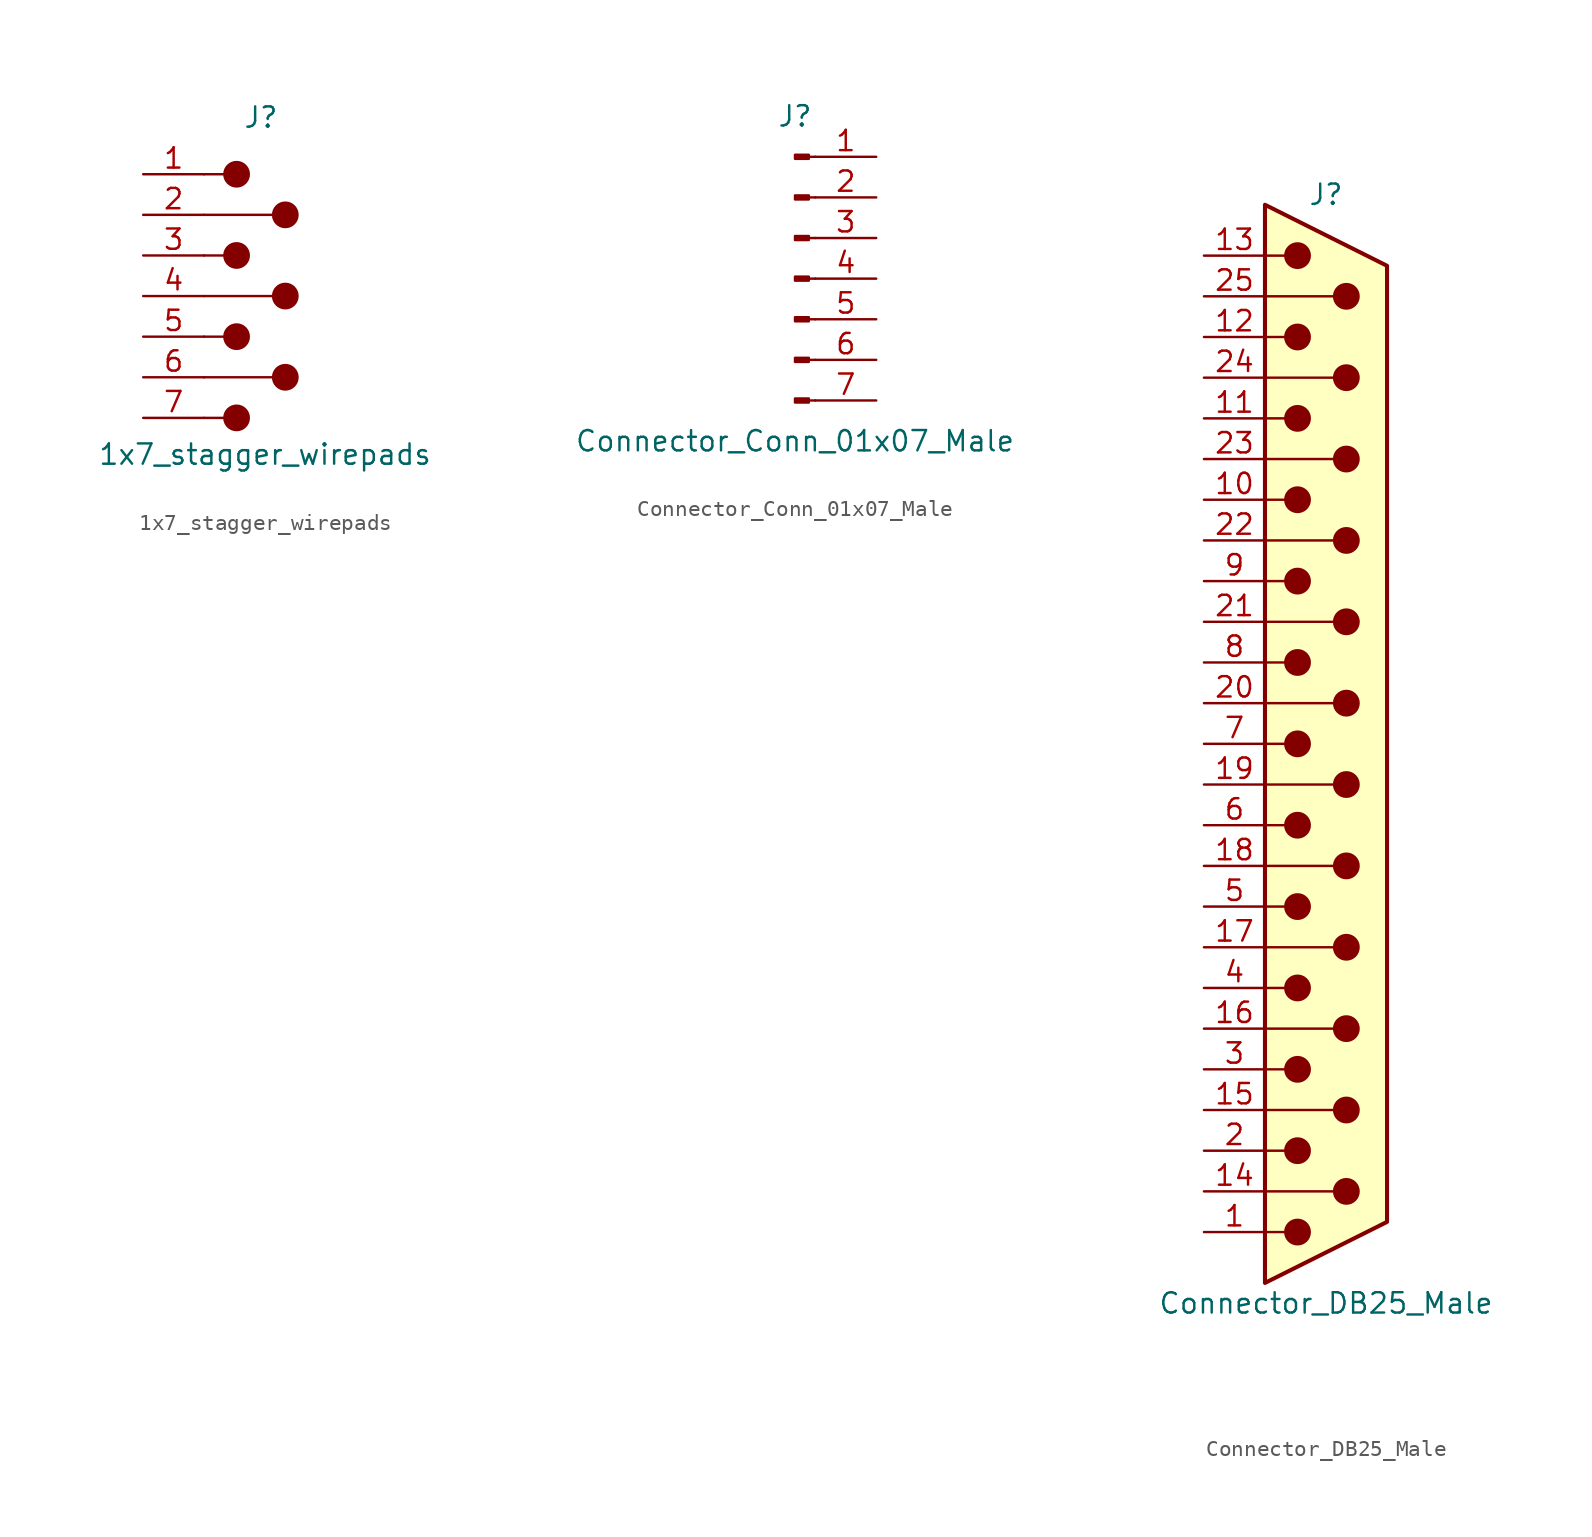
<source format=kicad_sym>
(kicad_symbol_lib
  (version 20231120)
  (generator "kicad_symbol_editor")
  (generator_version "8.0")
  (symbol "1x7_stagger_wirepads"
    (pin_names
      (offset 1.016) hide)
    (property "Reference" "J"
      (at -0.254 8.636 0)
      (effects (font (size 1.27 1.27))))
    (property "Value" "1x7_stagger_wirepads"
      (at 0 -12.446 0)
      (effects (font (size 1.27 1.27))))
    (symbol "1x7_stagger_wirepads_0_1"
      (circle (center -1.778 -10.16) (radius 0.762) (stroke (width 0) (type solid)) (fill (type outline)))
      (circle (center -1.778 -5.08) (radius 0.762) (stroke (width 0) (type solid)) (fill (type outline)))
      (circle (center -1.778 0) (radius 0.762) (stroke (width 0) (type solid)) (fill (type outline)))
      (circle (center -1.778 5.08) (radius 0.762) (stroke (width 0) (type solid)) (fill (type outline)))
      (polyline (pts (xy -3.81 -10.16) (xy -2.54 -10.16)) (stroke (width 0) (type solid)) (fill (type none)))
      (polyline (pts (xy -3.81 -7.62) (xy 0.508 -7.62)) (stroke (width 0) (type solid)) (fill (type none)))
      (polyline (pts (xy -3.81 -5.08) (xy -2.54 -5.08)) (stroke (width 0) (type solid)) (fill (type none)))
      (polyline (pts (xy -3.81 -2.54) (xy 0.508 -2.54)) (stroke (width 0) (type solid)) (fill (type none)))
      (polyline (pts (xy -3.81 0) (xy -2.54 0)) (stroke (width 0) (type solid)) (fill (type none)))
      (polyline (pts (xy -3.81 2.54) (xy 0.508 2.54)) (stroke (width 0) (type solid)) (fill (type none)))
      (polyline (pts (xy -3.81 5.08) (xy -2.54 5.08)) (stroke (width 0) (type solid)) (fill (type none)))
      (circle (center 1.27 -7.62) (radius 0.762) (stroke (width 0) (type solid)) (fill (type outline)))
      (circle (center 1.27 -2.54) (radius 0.762) (stroke (width 0) (type solid)) (fill (type outline)))
      (circle (center 1.27 2.54) (radius 0.762) (stroke (width 0) (type solid)) (fill (type outline))))
    (symbol "1x7_stagger_wirepads_1_1"
      (pin passive line (at -7.62 5.08 0) (length 3.81) (name "1" (effects (font (size 1.27 1.27)))) (number "1" (effects (font (size 1.27 1.27)))))
      (pin passive line (at -7.62 2.54 0) (length 3.81) (name "2" (effects (font (size 1.27 1.27)))) (number "2" (effects (font (size 1.27 1.27)))))
      (pin passive line (at -7.62 0 0) (length 3.81) (name "3" (effects (font (size 1.27 1.27)))) (number "3" (effects (font (size 1.27 1.27)))))
      (pin passive line (at -7.62 -2.54 0) (length 3.81) (name "4" (effects (font (size 1.27 1.27)))) (number "4" (effects (font (size 1.27 1.27)))))
      (pin passive line (at -7.62 -5.08 0) (length 3.81) (name "5" (effects (font (size 1.27 1.27)))) (number "5" (effects (font (size 1.27 1.27)))))
      (pin passive line (at -7.62 -7.62 0) (length 3.81) (name "6" (effects (font (size 1.27 1.27)))) (number "6" (effects (font (size 1.27 1.27)))))
      (pin passive line (at -7.62 -10.16 0) (length 3.81) (name "7" (effects (font (size 1.27 1.27)))) (number "7" (effects (font (size 1.27 1.27)))))))
  (symbol "Connector_Conn_01x07_Male"
    (pin_names
      (offset 1.016) hide)
    (property "Reference" "J"
      (at 0 10.16 0)
      (effects (font (size 1.27 1.27))))
    (property "Value" "Connector_Conn_01x07_Male"
      (at 0 -10.16 0)
      (effects (font (size 1.27 1.27))))
    (symbol "Connector_Conn_01x07_Male_1_1"
      (polyline (pts (xy 1.27 -7.62) (xy 0.864 -7.62)) (stroke (width 0.152) (type solid)) (fill (type none)))
      (polyline (pts (xy 1.27 -5.08) (xy 0.864 -5.08)) (stroke (width 0.152) (type solid)) (fill (type none)))
      (polyline (pts (xy 1.27 -2.54) (xy 0.864 -2.54)) (stroke (width 0.152) (type solid)) (fill (type none)))
      (polyline (pts (xy 1.27 0) (xy 0.864 0)) (stroke (width 0.152) (type solid)) (fill (type none)))
      (polyline (pts (xy 1.27 2.54) (xy 0.864 2.54)) (stroke (width 0.152) (type solid)) (fill (type none)))
      (polyline (pts (xy 1.27 5.08) (xy 0.864 5.08)) (stroke (width 0.152) (type solid)) (fill (type none)))
      (polyline (pts (xy 1.27 7.62) (xy 0.864 7.62)) (stroke (width 0.152) (type solid)) (fill (type none)))
      (rectangle (start 0.864 -7.493) (end 0 -7.747) (stroke (width 0.152) (type solid)) (fill (type outline)))
      (rectangle (start 0.864 -4.953) (end 0 -5.207) (stroke (width 0.152) (type solid)) (fill (type outline)))
      (rectangle (start 0.864 -2.413) (end 0 -2.667) (stroke (width 0.152) (type solid)) (fill (type outline)))
      (rectangle (start 0.864 0.127) (end 0 -0.127) (stroke (width 0.152) (type solid)) (fill (type outline)))
      (rectangle (start 0.864 2.667) (end 0 2.413) (stroke (width 0.152) (type solid)) (fill (type outline)))
      (rectangle (start 0.864 5.207) (end 0 4.953) (stroke (width 0.152) (type solid)) (fill (type outline)))
      (rectangle (start 0.864 7.747) (end 0 7.493) (stroke (width 0.152) (type solid)) (fill (type outline)))
      (pin passive line (at 5.08 7.62 180) (length 3.81) (name "Pin_1" (effects (font (size 1.27 1.27)))) (number "1" (effects (font (size 1.27 1.27)))))
      (pin passive line (at 5.08 5.08 180) (length 3.81) (name "Pin_2" (effects (font (size 1.27 1.27)))) (number "2" (effects (font (size 1.27 1.27)))))
      (pin passive line (at 5.08 2.54 180) (length 3.81) (name "Pin_3" (effects (font (size 1.27 1.27)))) (number "3" (effects (font (size 1.27 1.27)))))
      (pin passive line (at 5.08 0 180) (length 3.81) (name "Pin_4" (effects (font (size 1.27 1.27)))) (number "4" (effects (font (size 1.27 1.27)))))
      (pin passive line (at 5.08 -2.54 180) (length 3.81) (name "Pin_5" (effects (font (size 1.27 1.27)))) (number "5" (effects (font (size 1.27 1.27)))))
      (pin passive line (at 5.08 -5.08 180) (length 3.81) (name "Pin_6" (effects (font (size 1.27 1.27)))) (number "6" (effects (font (size 1.27 1.27)))))
      (pin passive line (at 5.08 -7.62 180) (length 3.81) (name "Pin_7" (effects (font (size 1.27 1.27)))) (number "7" (effects (font (size 1.27 1.27)))))))
  (symbol "Connector_DB25_Male"
    (pin_names
      (offset 1.016) hide)
    (property "Reference" "J"
      (at 0 34.29 0)
      (effects (font (size 1.27 1.27))))
    (property "Value" "Connector_DB25_Male"
      (at 0 -34.925 0)
      (effects (font (size 1.27 1.27))))
    (symbol "Connector_DB25_Male_0_1"
      (circle (center -1.778 -30.48) (radius 0.762) (stroke (width 0) (type solid)) (fill (type outline)))
      (circle (center -1.778 -25.4) (radius 0.762) (stroke (width 0) (type solid)) (fill (type outline)))
      (circle (center -1.778 -20.32) (radius 0.762) (stroke (width 0) (type solid)) (fill (type outline)))
      (circle (center -1.778 -15.24) (radius 0.762) (stroke (width 0) (type solid)) (fill (type outline)))
      (circle (center -1.778 -10.16) (radius 0.762) (stroke (width 0) (type solid)) (fill (type outline)))
      (circle (center -1.778 -5.08) (radius 0.762) (stroke (width 0) (type solid)) (fill (type outline)))
      (circle (center -1.778 0) (radius 0.762) (stroke (width 0) (type solid)) (fill (type outline)))
      (circle (center -1.778 5.08) (radius 0.762) (stroke (width 0) (type solid)) (fill (type outline)))
      (circle (center -1.778 10.16) (radius 0.762) (stroke (width 0) (type solid)) (fill (type outline)))
      (circle (center -1.778 15.24) (radius 0.762) (stroke (width 0) (type solid)) (fill (type outline)))
      (circle (center -1.778 20.32) (radius 0.762) (stroke (width 0) (type solid)) (fill (type outline)))
      (circle (center -1.778 25.4) (radius 0.762) (stroke (width 0) (type solid)) (fill (type outline)))
      (circle (center -1.778 30.48) (radius 0.762) (stroke (width 0) (type solid)) (fill (type outline)))
      (polyline (pts (xy -3.81 -30.48) (xy -2.54 -30.48)) (stroke (width 0) (type solid)) (fill (type none)))
      (polyline (pts (xy -3.81 -27.94) (xy 0.508 -27.94)) (stroke (width 0) (type solid)) (fill (type none)))
      (polyline (pts (xy -3.81 -25.4) (xy -2.54 -25.4)) (stroke (width 0) (type solid)) (fill (type none)))
      (polyline (pts (xy -3.81 -22.86) (xy 0.508 -22.86)) (stroke (width 0) (type solid)) (fill (type none)))
      (polyline (pts (xy -3.81 -20.32) (xy -2.54 -20.32)) (stroke (width 0) (type solid)) (fill (type none)))
      (polyline (pts (xy -3.81 -17.78) (xy 0.508 -17.78)) (stroke (width 0) (type solid)) (fill (type none)))
      (polyline (pts (xy -3.81 -15.24) (xy -2.54 -15.24)) (stroke (width 0) (type solid)) (fill (type none)))
      (polyline (pts (xy -3.81 -12.7) (xy 0.508 -12.7)) (stroke (width 0) (type solid)) (fill (type none)))
      (polyline (pts (xy -3.81 -10.16) (xy -2.54 -10.16)) (stroke (width 0) (type solid)) (fill (type none)))
      (polyline (pts (xy -3.81 -7.62) (xy 0.508 -7.62)) (stroke (width 0) (type solid)) (fill (type none)))
      (polyline (pts (xy -3.81 -5.08) (xy -2.54 -5.08)) (stroke (width 0) (type solid)) (fill (type none)))
      (polyline (pts (xy -3.81 -2.54) (xy 0.508 -2.54)) (stroke (width 0) (type solid)) (fill (type none)))
      (polyline (pts (xy -3.81 0) (xy -2.54 0)) (stroke (width 0) (type solid)) (fill (type none)))
      (polyline (pts (xy -3.81 2.54) (xy 0.508 2.54)) (stroke (width 0) (type solid)) (fill (type none)))
      (polyline (pts (xy -3.81 5.08) (xy -2.54 5.08)) (stroke (width 0) (type solid)) (fill (type none)))
      (polyline (pts (xy -3.81 7.62) (xy 0.508 7.62)) (stroke (width 0) (type solid)) (fill (type none)))
      (polyline (pts (xy -3.81 10.16) (xy -2.54 10.16)) (stroke (width 0) (type solid)) (fill (type none)))
      (polyline (pts (xy -3.81 12.7) (xy 0.508 12.7)) (stroke (width 0) (type solid)) (fill (type none)))
      (polyline (pts (xy -3.81 15.24) (xy -2.54 15.24)) (stroke (width 0) (type solid)) (fill (type none)))
      (polyline (pts (xy -3.81 17.78) (xy 0.508 17.78)) (stroke (width 0) (type solid)) (fill (type none)))
      (polyline (pts (xy -3.81 20.32) (xy -2.54 20.32)) (stroke (width 0) (type solid)) (fill (type none)))
      (polyline (pts (xy -3.81 22.86) (xy 0.508 22.86)) (stroke (width 0) (type solid)) (fill (type none)))
      (polyline (pts (xy -3.81 25.4) (xy -2.54 25.4)) (stroke (width 0) (type solid)) (fill (type none)))
      (polyline (pts (xy -3.81 27.94) (xy 0.508 27.94)) (stroke (width 0) (type solid)) (fill (type none)))
      (polyline (pts (xy -3.81 30.48) (xy -2.54 30.48)) (stroke (width 0) (type solid)) (fill (type none)))
      (polyline (pts (xy -3.81 -33.655) (xy 3.81 -29.845) (xy 3.81 29.845) (xy -3.81 33.655) (xy -3.81 -33.655)) (stroke (width 0.254) (type solid)) (fill (type background)))
      (circle (center 1.27 -27.94) (radius 0.762) (stroke (width 0) (type solid)) (fill (type outline)))
      (circle (center 1.27 -22.86) (radius 0.762) (stroke (width 0) (type solid)) (fill (type outline)))
      (circle (center 1.27 -17.78) (radius 0.762) (stroke (width 0) (type solid)) (fill (type outline)))
      (circle (center 1.27 -12.7) (radius 0.762) (stroke (width 0) (type solid)) (fill (type outline)))
      (circle (center 1.27 -7.62) (radius 0.762) (stroke (width 0) (type solid)) (fill (type outline)))
      (circle (center 1.27 -2.54) (radius 0.762) (stroke (width 0) (type solid)) (fill (type outline)))
      (circle (center 1.27 2.54) (radius 0.762) (stroke (width 0) (type solid)) (fill (type outline)))
      (circle (center 1.27 7.62) (radius 0.762) (stroke (width 0) (type solid)) (fill (type outline)))
      (circle (center 1.27 12.7) (radius 0.762) (stroke (width 0) (type solid)) (fill (type outline)))
      (circle (center 1.27 17.78) (radius 0.762) (stroke (width 0) (type solid)) (fill (type outline)))
      (circle (center 1.27 22.86) (radius 0.762) (stroke (width 0) (type solid)) (fill (type outline)))
      (circle (center 1.27 27.94) (radius 0.762) (stroke (width 0) (type solid)) (fill (type outline))))
    (symbol "Connector_DB25_Male_1_1"
      (pin passive line (at -7.62 -30.48 0) (length 3.81) (name "1" (effects (font (size 1.27 1.27)))) (number "1" (effects (font (size 1.27 1.27)))))
      (pin passive line (at -7.62 15.24 0) (length 3.81) (name "10" (effects (font (size 1.27 1.27)))) (number "10" (effects (font (size 1.27 1.27)))))
      (pin passive line (at -7.62 20.32 0) (length 3.81) (name "11" (effects (font (size 1.27 1.27)))) (number "11" (effects (font (size 1.27 1.27)))))
      (pin passive line (at -7.62 25.4 0) (length 3.81) (name "12" (effects (font (size 1.27 1.27)))) (number "12" (effects (font (size 1.27 1.27)))))
      (pin passive line (at -7.62 30.48 0) (length 3.81) (name "13" (effects (font (size 1.27 1.27)))) (number "13" (effects (font (size 1.27 1.27)))))
      (pin passive line (at -7.62 -27.94 0) (length 3.81) (name "P14" (effects (font (size 1.27 1.27)))) (number "14" (effects (font (size 1.27 1.27)))))
      (pin passive line (at -7.62 -22.86 0) (length 3.81) (name "P15" (effects (font (size 1.27 1.27)))) (number "15" (effects (font (size 1.27 1.27)))))
      (pin passive line (at -7.62 -17.78 0) (length 3.81) (name "P16" (effects (font (size 1.27 1.27)))) (number "16" (effects (font (size 1.27 1.27)))))
      (pin passive line (at -7.62 -12.7 0) (length 3.81) (name "P17" (effects (font (size 1.27 1.27)))) (number "17" (effects (font (size 1.27 1.27)))))
      (pin passive line (at -7.62 -7.62 0) (length 3.81) (name "P18" (effects (font (size 1.27 1.27)))) (number "18" (effects (font (size 1.27 1.27)))))
      (pin passive line (at -7.62 -2.54 0) (length 3.81) (name "P19" (effects (font (size 1.27 1.27)))) (number "19" (effects (font (size 1.27 1.27)))))
      (pin passive line (at -7.62 -25.4 0) (length 3.81) (name "2" (effects (font (size 1.27 1.27)))) (number "2" (effects (font (size 1.27 1.27)))))
      (pin passive line (at -7.62 2.54 0) (length 3.81) (name "P20" (effects (font (size 1.27 1.27)))) (number "20" (effects (font (size 1.27 1.27)))))
      (pin passive line (at -7.62 7.62 0) (length 3.81) (name "P21" (effects (font (size 1.27 1.27)))) (number "21" (effects (font (size 1.27 1.27)))))
      (pin passive line (at -7.62 12.7 0) (length 3.81) (name "P22" (effects (font (size 1.27 1.27)))) (number "22" (effects (font (size 1.27 1.27)))))
      (pin passive line (at -7.62 17.78 0) (length 3.81) (name "P23" (effects (font (size 1.27 1.27)))) (number "23" (effects (font (size 1.27 1.27)))))
      (pin passive line (at -7.62 22.86 0) (length 3.81) (name "P24" (effects (font (size 1.27 1.27)))) (number "24" (effects (font (size 1.27 1.27)))))
      (pin passive line (at -7.62 27.94 0) (length 3.81) (name "P25" (effects (font (size 1.27 1.27)))) (number "25" (effects (font (size 1.27 1.27)))))
      (pin passive line (at -7.62 -20.32 0) (length 3.81) (name "3" (effects (font (size 1.27 1.27)))) (number "3" (effects (font (size 1.27 1.27)))))
      (pin passive line (at -7.62 -15.24 0) (length 3.81) (name "4" (effects (font (size 1.27 1.27)))) (number "4" (effects (font (size 1.27 1.27)))))
      (pin passive line (at -7.62 -10.16 0) (length 3.81) (name "5" (effects (font (size 1.27 1.27)))) (number "5" (effects (font (size 1.27 1.27)))))
      (pin passive line (at -7.62 -5.08 0) (length 3.81) (name "6" (effects (font (size 1.27 1.27)))) (number "6" (effects (font (size 1.27 1.27)))))
      (pin passive line (at -7.62 0 0) (length 3.81) (name "7" (effects (font (size 1.27 1.27)))) (number "7" (effects (font (size 1.27 1.27)))))
      (pin passive line (at -7.62 5.08 0) (length 3.81) (name "8" (effects (font (size 1.27 1.27)))) (number "8" (effects (font (size 1.27 1.27)))))
      (pin passive line (at -7.62 10.16 0) (length 3.81) (name "9" (effects (font (size 1.27 1.27)))) (number "9" (effects (font (size 1.27 1.27))))))))
</source>
